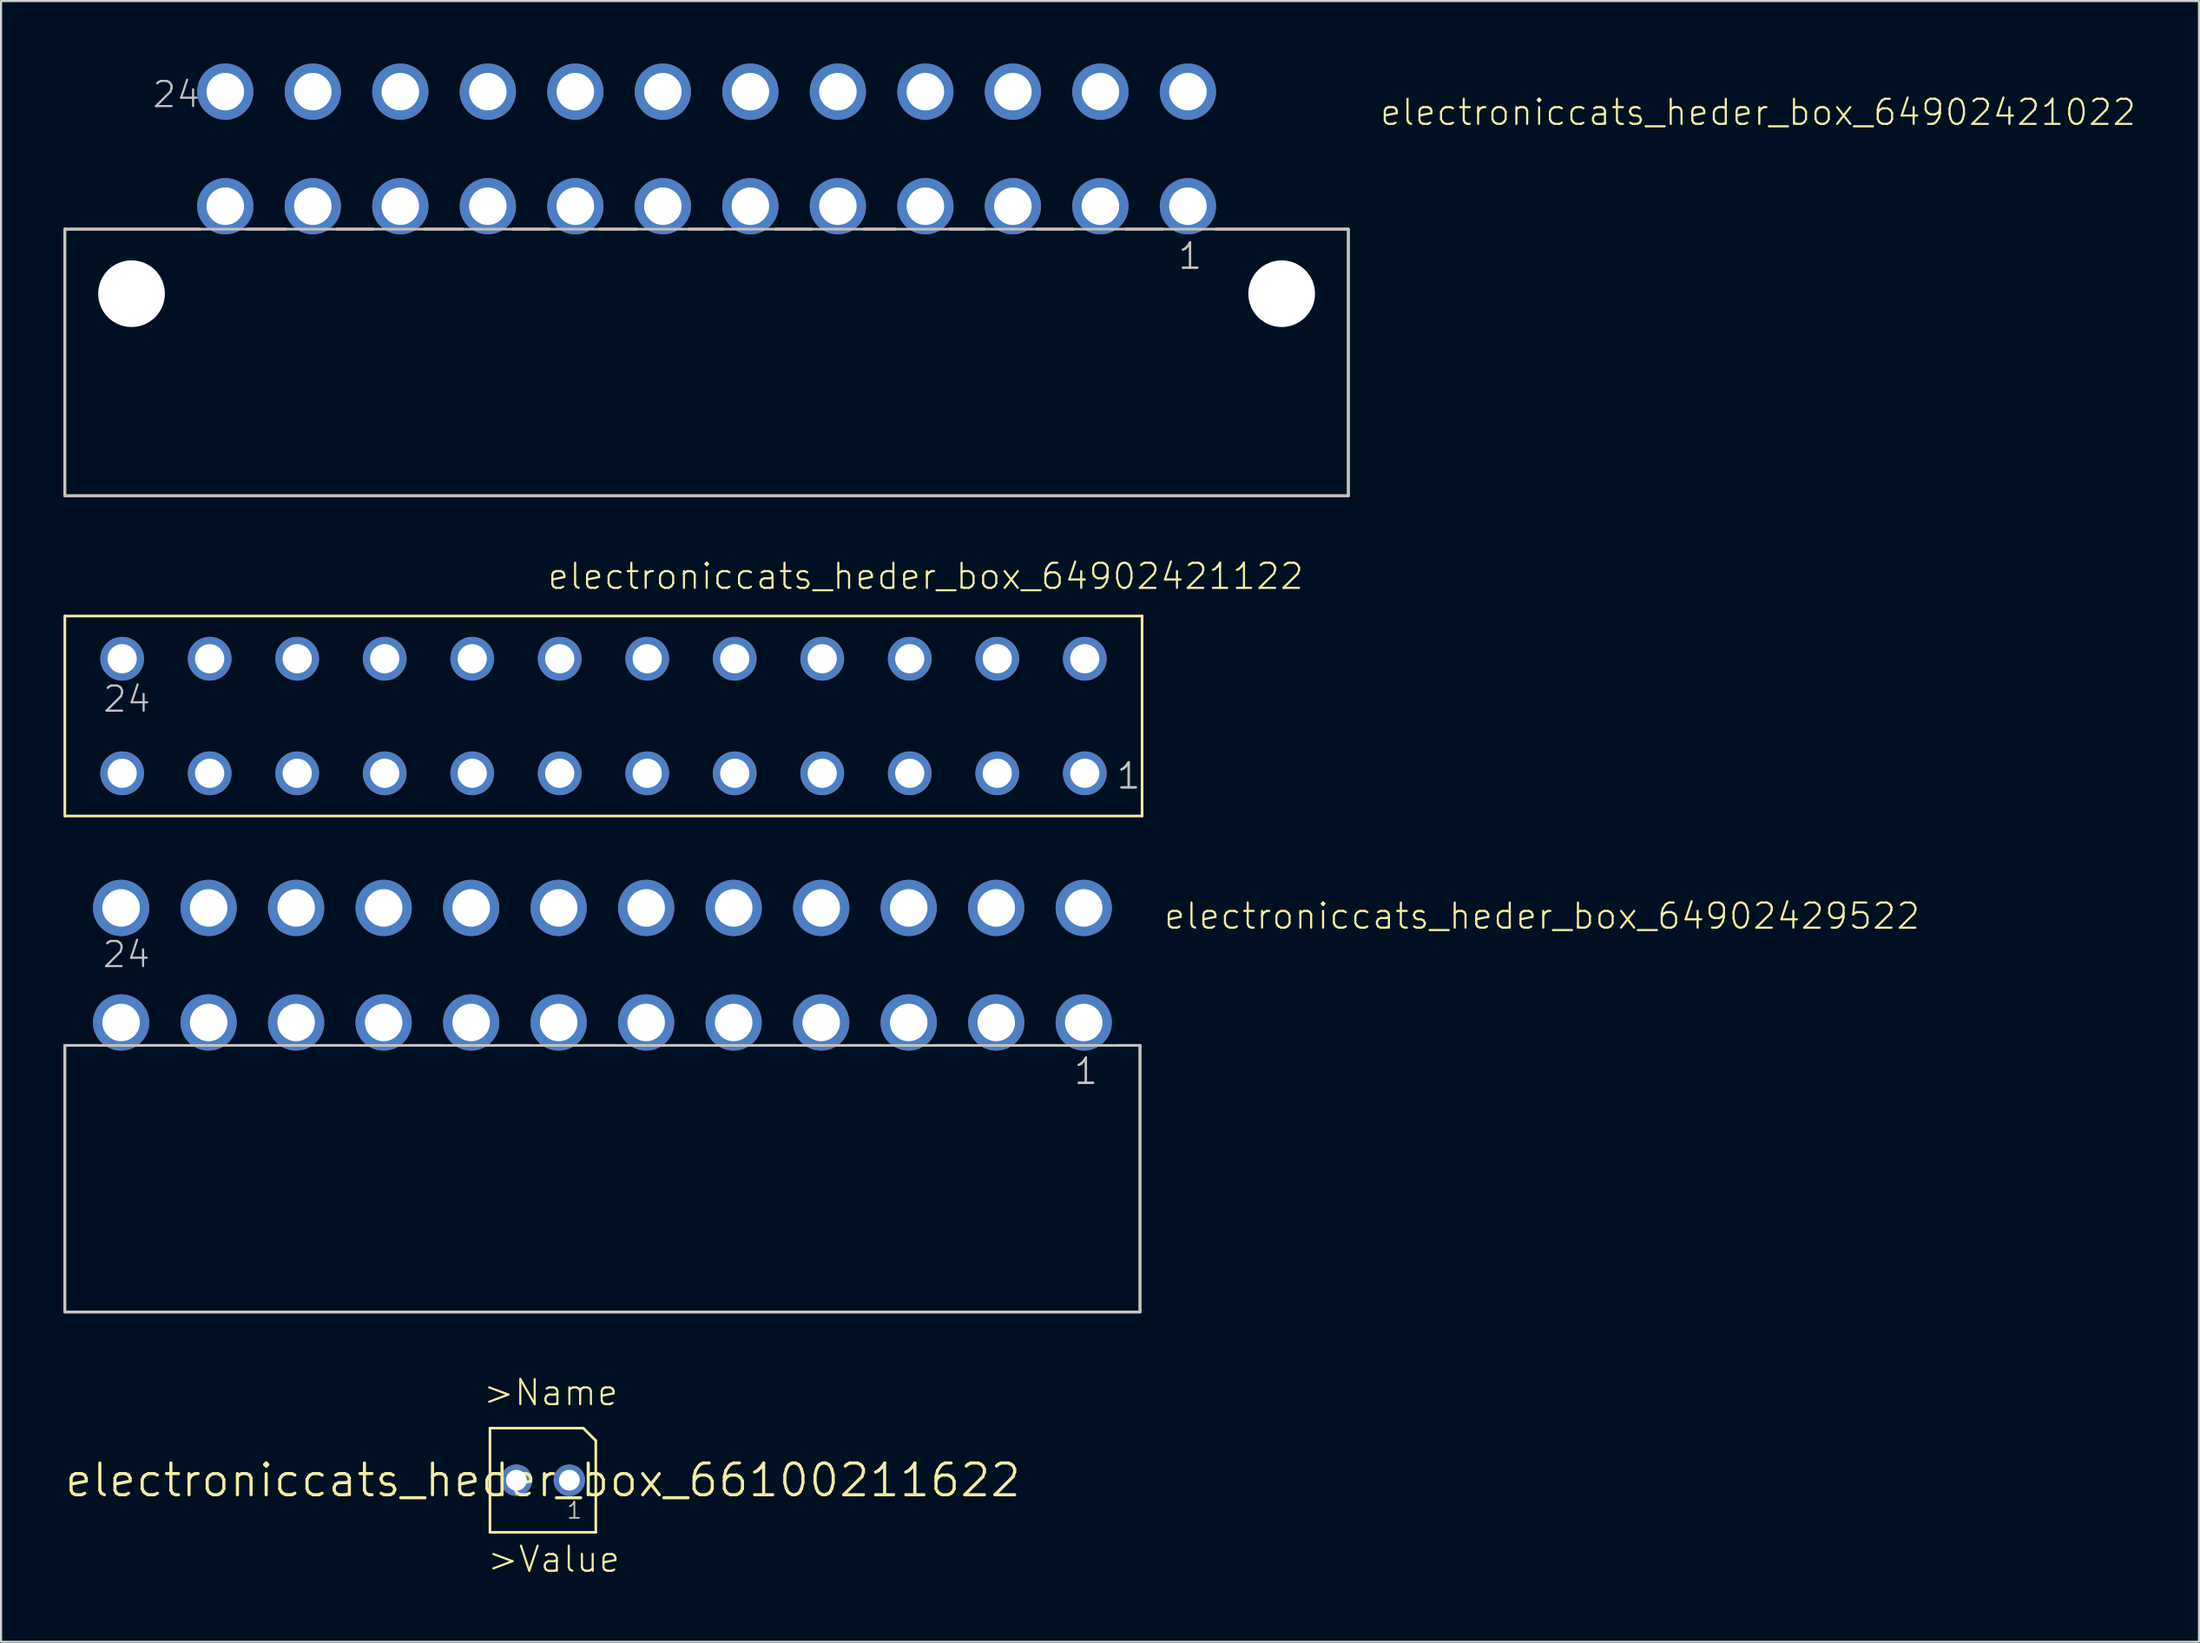
<source format=kicad_pcb>
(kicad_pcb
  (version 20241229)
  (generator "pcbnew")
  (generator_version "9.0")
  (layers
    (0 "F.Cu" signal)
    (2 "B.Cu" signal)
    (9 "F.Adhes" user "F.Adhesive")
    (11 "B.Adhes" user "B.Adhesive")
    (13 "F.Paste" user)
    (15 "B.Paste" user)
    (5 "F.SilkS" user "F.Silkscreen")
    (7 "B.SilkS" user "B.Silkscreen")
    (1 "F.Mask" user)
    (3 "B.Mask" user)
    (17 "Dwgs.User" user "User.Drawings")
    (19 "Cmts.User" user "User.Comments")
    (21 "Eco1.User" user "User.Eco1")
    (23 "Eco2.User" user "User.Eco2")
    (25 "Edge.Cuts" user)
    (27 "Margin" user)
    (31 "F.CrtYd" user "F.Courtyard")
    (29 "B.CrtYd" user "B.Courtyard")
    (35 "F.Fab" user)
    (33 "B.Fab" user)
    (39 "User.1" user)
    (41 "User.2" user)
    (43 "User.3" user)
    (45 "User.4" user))
  (footprint "electroniccats_heder_box_64902421122"
    (layer "F.Cu")
    (at 25.913 31.325)
    (property "Reference" "electroniccats_heder_box_64902421122" (at -2.75 -6 0) (layer "F.SilkS") (effects (font (size 1.206 1.206) (thickness 0.102)) (justify left bottom)))
    (attr through_hole)
    (fp_line (start -25.85 -4.8) (end 25.85 -4.8) (stroke (width 0.127) (type solid)) (layer "F.SilkS"))
    (fp_line (start -25.85 4.8) (end -25.85 -4.8) (stroke (width 0.127) (type solid)) (layer "F.SilkS"))
    (fp_line (start 25.85 -4.8) (end 25.85 4.8) (stroke (width 0.127) (type solid)) (layer "F.SilkS"))
    (fp_line (start 25.85 4.8) (end -25.85 4.8) (stroke (width 0.127) (type solid)) (layer "F.SilkS"))
    (fp_text user "1" (at 24.565 3.575 0) (layer "F.SilkS") (effects (font (size 1.206 1.206) (thickness 0.102)) (justify left bottom)))
    (fp_text user "24" (at -24.09 -0.105 0) (layer "Dwgs.User") (effects (font (size 1.206 1.206) (thickness 0.102)) (justify left bottom)))
    (fp_text user "1" (at 24.565 3.575 0) (layer "Dwgs.User") (effects (font (size 1.206 1.206) (thickness 0.102)) (justify left bottom)))
    (pad "1" thru_hole circle (at 23.1 2.75) (size 2.1 2.1) (drill 1.4) (layers "*.Cu" "*.Mask"))
    (pad "2" thru_hole circle (at 18.9 2.75) (size 2.1 2.1) (drill 1.4) (layers "*.Cu" "*.Mask"))
    (pad "3" thru_hole circle (at 14.7 2.75) (size 2.1 2.1) (drill 1.4) (layers "*.Cu" "*.Mask"))
    (pad "4" thru_hole circle (at 10.5 2.75) (size 2.1 2.1) (drill 1.4) (layers "*.Cu" "*.Mask"))
    (pad "5" thru_hole circle (at 6.3 2.75) (size 2.1 2.1) (drill 1.4) (layers "*.Cu" "*.Mask"))
    (pad "6" thru_hole circle (at 2.1 2.75) (size 2.1 2.1) (drill 1.4) (layers "*.Cu" "*.Mask"))
    (pad "7" thru_hole circle (at -2.1 2.75) (size 2.1 2.1) (drill 1.4) (layers "*.Cu" "*.Mask"))
    (pad "8" thru_hole circle (at -6.3 2.75) (size 2.1 2.1) (drill 1.4) (layers "*.Cu" "*.Mask"))
    (pad "9" thru_hole circle (at -10.5 2.75) (size 2.1 2.1) (drill 1.4) (layers "*.Cu" "*.Mask"))
    (pad "10" thru_hole circle (at -14.7 2.75) (size 2.1 2.1) (drill 1.4) (layers "*.Cu" "*.Mask"))
    (pad "11" thru_hole circle (at -18.9 2.75) (size 2.1 2.1) (drill 1.4) (layers "*.Cu" "*.Mask"))
    (pad "12" thru_hole circle (at -23.1 2.75) (size 2.1 2.1) (drill 1.4) (layers "*.Cu" "*.Mask"))
    (pad "13" thru_hole circle (at 23.1 -2.75) (size 2.1 2.1) (drill 1.4) (layers "*.Cu" "*.Mask"))
    (pad "14" thru_hole circle (at 18.9 -2.75) (size 2.1 2.1) (drill 1.4) (layers "*.Cu" "*.Mask"))
    (pad "15" thru_hole circle (at 14.7 -2.75) (size 2.1 2.1) (drill 1.4) (layers "*.Cu" "*.Mask"))
    (pad "16" thru_hole circle (at 10.5 -2.75) (size 2.1 2.1) (drill 1.4) (layers "*.Cu" "*.Mask"))
    (pad "17" thru_hole circle (at 6.3 -2.75) (size 2.1 2.1) (drill 1.4) (layers "*.Cu" "*.Mask"))
    (pad "18" thru_hole circle (at 2.1 -2.75) (size 2.1 2.1) (drill 1.4) (layers "*.Cu" "*.Mask"))
    (pad "19" thru_hole circle (at -2.1 -2.75) (size 2.1 2.1) (drill 1.4) (layers "*.Cu" "*.Mask"))
    (pad "20" thru_hole circle (at -6.3 -2.75) (size 2.1 2.1) (drill 1.4) (layers "*.Cu" "*.Mask"))
    (pad "21" thru_hole circle (at -10.5 -2.75) (size 2.1 2.1) (drill 1.4) (layers "*.Cu" "*.Mask"))
    (pad "22" thru_hole circle (at -14.7 -2.75) (size 2.1 2.1) (drill 1.4) (layers "*.Cu" "*.Mask"))
    (pad "23" thru_hole circle (at -18.9 -2.75) (size 2.1 2.1) (drill 1.4) (layers "*.Cu" "*.Mask"))
    (pad "24" thru_hole circle (at -23.1 -2.75) (size 2.1 2.1) (drill 1.4) (layers "*.Cu" "*.Mask")))
  (footprint "electroniccats_heder_box_64902421022"
    (layer "F.Cu")
    (at 30.863 11.05)
    (property "Reference" "electroniccats_heder_box_64902421022" (at 32.252 -8 0) (layer "F.SilkS") (effects (font (size 1.206 1.206) (thickness 0.102)) (justify left bottom)))
    (attr through_hole)
    (fp_line (start -30.8 -3.1) (end -24.3 -3.1) (stroke (width 0.127) (type solid)) (layer "F.SilkS"))
    (fp_line (start -30.8 9.7) (end -30.8 -3.1) (stroke (width 0.127) (type solid)) (layer "F.SilkS"))
    (fp_line (start -22.05 -3.1) (end -20.2 -3.1) (stroke (width 0.127) (type solid)) (layer "F.SilkS"))
    (fp_line (start -17.75 -3.1) (end -16 -3.1) (stroke (width 0.127) (type solid)) (layer "F.SilkS"))
    (fp_line (start -13.55 -3.1) (end -11.7 -3.1) (stroke (width 0.127) (type solid)) (layer "F.SilkS"))
    (fp_line (start -9.3 -3.1) (end -7.55 -3.1) (stroke (width 0.127) (type solid)) (layer "F.SilkS"))
    (fp_line (start -5.15 -3.1) (end -3.35 -3.1) (stroke (width 0.127) (type solid)) (layer "F.SilkS"))
    (fp_line (start -0.85 -3.1) (end 0.8 -3.1) (stroke (width 0.127) (type solid)) (layer "F.SilkS"))
    (fp_line (start 3.3 -3.1) (end 5.05 -3.1) (stroke (width 0.127) (type solid)) (layer "F.SilkS"))
    (fp_line (start 7.55 -3.1) (end 9.05 -3.1) (stroke (width 0.127) (type solid)) (layer "F.SilkS"))
    (fp_line (start 11.65 -3.1) (end 13.35 -3.1) (stroke (width 0.127) (type solid)) (layer "F.SilkS"))
    (fp_line (start 15.85 -3.1) (end 17.6 -3.1) (stroke (width 0.127) (type solid)) (layer "F.SilkS"))
    (fp_line (start 20.1 -3.1) (end 21.9 -3.1) (stroke (width 0.127) (type solid)) (layer "F.SilkS"))
    (fp_line (start 24.45 -3.1) (end 30.75 -3.1) (stroke (width 0.127) (type solid)) (layer "F.SilkS"))
    (fp_line (start 30.8 -3.1) (end 30.8 9.7) (stroke (width 0.127) (type solid)) (layer "F.SilkS"))
    (fp_line (start 30.8 9.7) (end -30.8 9.7) (stroke (width 0.127) (type solid)) (layer "F.SilkS"))
    (fp_line (start -30.8 -3.1) (end 30.8 -3.1) (stroke (width 0.127) (type solid)) (layer "Dwgs.User"))
    (fp_line (start -30.8 9.7) (end -30.8 -3.1) (stroke (width 0.127) (type solid)) (layer "Dwgs.User"))
    (fp_line (start 30.8 -3.1) (end 30.8 9.7) (stroke (width 0.127) (type solid)) (layer "Dwgs.User"))
    (fp_line (start 30.8 9.7) (end -30.8 9.7) (stroke (width 0.127) (type solid)) (layer "Dwgs.User"))
    (fp_text user "1" (at 22.565 -1.1 0) (layer "F.SilkS") (effects (font (size 1.206 1.206) (thickness 0.102)) (justify left bottom)))
    (fp_text user "1" (at 22.565 -1.1 0) (layer "Dwgs.User") (effects (font (size 1.206 1.206) (thickness 0.102)) (justify left bottom)))
    (fp_text user "24" (at -26.665 -8.855 0) (layer "Dwgs.User") (effects (font (size 1.206 1.206) (thickness 0.102)) (justify left bottom)))
    (pad "" np_thru_hole circle (at -27.6 0) (size 3.2 3.2) (drill 3.2) (layers "*.Cu"))
    (pad "" np_thru_hole circle (at 27.6 0) (size 3.2 3.2) (drill 3.2) (layers "*.Cu"))
    (pad "1" thru_hole circle (at 23.1 -4.2) (size 2.7 2.7) (drill 1.8) (layers "*.Cu" "*.Mask"))
    (pad "2" thru_hole circle (at 18.9 -4.2) (size 2.7 2.7) (drill 1.8) (layers "*.Cu" "*.Mask"))
    (pad "3" thru_hole circle (at 14.7 -4.2) (size 2.7 2.7) (drill 1.8) (layers "*.Cu" "*.Mask"))
    (pad "4" thru_hole circle (at 10.5 -4.2) (size 2.7 2.7) (drill 1.8) (layers "*.Cu" "*.Mask"))
    (pad "5" thru_hole circle (at 6.3 -4.2) (size 2.7 2.7) (drill 1.8) (layers "*.Cu" "*.Mask"))
    (pad "6" thru_hole circle (at 2.1 -4.2) (size 2.7 2.7) (drill 1.8) (layers "*.Cu" "*.Mask"))
    (pad "7" thru_hole circle (at -2.1 -4.2) (size 2.7 2.7) (drill 1.8) (layers "*.Cu" "*.Mask"))
    (pad "8" thru_hole circle (at -6.3 -4.2) (size 2.7 2.7) (drill 1.8) (layers "*.Cu" "*.Mask"))
    (pad "9" thru_hole circle (at -10.5 -4.2) (size 2.7 2.7) (drill 1.8) (layers "*.Cu" "*.Mask"))
    (pad "10" thru_hole circle (at -14.7 -4.2) (size 2.7 2.7) (drill 1.8) (layers "*.Cu" "*.Mask"))
    (pad "11" thru_hole circle (at -18.9 -4.2) (size 2.7 2.7) (drill 1.8) (layers "*.Cu" "*.Mask"))
    (pad "12" thru_hole circle (at -23.1 -4.2) (size 2.7 2.7) (drill 1.8) (layers "*.Cu" "*.Mask"))
    (pad "13" thru_hole circle (at 23.1 -9.7) (size 2.7 2.7) (drill 1.8) (layers "*.Cu" "*.Mask"))
    (pad "14" thru_hole circle (at 18.9 -9.7) (size 2.7 2.7) (drill 1.8) (layers "*.Cu" "*.Mask"))
    (pad "15" thru_hole circle (at 14.7 -9.7) (size 2.7 2.7) (drill 1.8) (layers "*.Cu" "*.Mask"))
    (pad "16" thru_hole circle (at 10.5 -9.7) (size 2.7 2.7) (drill 1.8) (layers "*.Cu" "*.Mask"))
    (pad "17" thru_hole circle (at 6.3 -9.7) (size 2.7 2.7) (drill 1.8) (layers "*.Cu" "*.Mask"))
    (pad "18" thru_hole circle (at 2.1 -9.7) (size 2.7 2.7) (drill 1.8) (layers "*.Cu" "*.Mask"))
    (pad "19" thru_hole circle (at -2.1 -9.7) (size 2.7 2.7) (drill 1.8) (layers "*.Cu" "*.Mask"))
    (pad "20" thru_hole circle (at -6.3 -9.7) (size 2.7 2.7) (drill 1.8) (layers "*.Cu" "*.Mask"))
    (pad "21" thru_hole circle (at -10.5 -9.7) (size 2.7 2.7) (drill 1.8) (layers "*.Cu" "*.Mask"))
    (pad "22" thru_hole circle (at -14.7 -9.7) (size 2.7 2.7) (drill 1.8) (layers "*.Cu" "*.Mask"))
    (pad "23" thru_hole circle (at -18.9 -9.7) (size 2.7 2.7) (drill 1.8) (layers "*.Cu" "*.Mask"))
    (pad "24" thru_hole circle (at -23.1 -9.7) (size 2.7 2.7) (drill 1.8) (layers "*.Cu" "*.Mask")))
  (footprint "electroniccats_heder_box_66100211622"
    (layer "F.Cu")
    (at 23.005 68.013)
    (property "Reference" "electroniccats_heder_box_66100211622" (at 0 0 0) (layer "F.SilkS") (effects (font (size 1.524 1.524) (thickness 0.15))))
    (attr through_hole)
    (fp_line (start -2.54 -2.5) (end -2.54 2.5) (stroke (width 0.127) (type solid)) (layer "F.SilkS"))
    (fp_line (start -2.54 -2.5) (end 1.94 -2.5) (stroke (width 0.127) (type solid)) (layer "F.SilkS"))
    (fp_line (start -2.54 2.5) (end 2.54 2.5) (stroke (width 0.127) (type solid)) (layer "F.SilkS"))
    (fp_line (start 1.94 -2.5) (end 2.54 -1.9) (stroke (width 0.127) (type solid)) (layer "F.SilkS"))
    (fp_line (start 2.54 -1.9) (end 2.54 2.5) (stroke (width 0.127) (type solid)) (layer "F.SilkS"))
    (fp_text user ">Value" (at -2.73 4.5 0) (layer "F.SilkS") (effects (font (size 1.206 1.206) (thickness 0.102)) (justify left bottom)))
    (fp_text user ">Name" (at -2.93 -3.5 0) (layer "F.SilkS") (effects (font (size 1.206 1.206) (thickness 0.102)) (justify left bottom)))
    (fp_text user "1" (at 1.1 1.9 0) (layer "F.SilkS") (effects (font (size 0.772 0.772) (thickness 0.065)) (justify left bottom)))
    (fp_text user "1" (at 1.1 1.9 0) (layer "Dwgs.User") (effects (font (size 0.772 0.772) (thickness 0.065)) (justify left bottom)))
    (pad "1" thru_hole circle (at 1.27 0 180) (size 1.508 1.508) (drill 1) (layers "*.Cu" "*.Mask"))
    (pad "2" thru_hole circle (at -1.27 0 180) (size 1.508 1.508) (drill 1) (layers "*.Cu" "*.Mask")))
  (footprint "electroniccats_heder_box_64902429522"
    (layer "F.Cu")
    (at 25.863 43.288)
    (property "Reference" "electroniccats_heder_box_64902429522" (at 26.883 -1.65 0) (layer "F.SilkS") (effects (font (size 1.206 1.206) (thickness 0.102)) (justify left bottom)))
    (attr through_hole)
    (fp_line (start -25.8 3.85) (end -24.25 3.85) (stroke (width 0.127) (type solid)) (layer "F.SilkS"))
    (fp_line (start -25.8 16.65) (end -25.8 3.85) (stroke (width 0.127) (type solid)) (layer "F.SilkS"))
    (fp_line (start -21.95 3.85) (end -20.1 3.85) (stroke (width 0.127) (type solid)) (layer "F.SilkS"))
    (fp_line (start -17.7 3.85) (end -15.9 3.85) (stroke (width 0.127) (type solid)) (layer "F.SilkS"))
    (fp_line (start -13.5 3.85) (end -11.75 3.85) (stroke (width 0.127) (type solid)) (layer "F.SilkS"))
    (fp_line (start -9.3 3.85) (end -7.6 3.85) (stroke (width 0.127) (type solid)) (layer "F.SilkS"))
    (fp_line (start -5.05 3.85) (end -3.4 3.85) (stroke (width 0.127) (type solid)) (layer "F.SilkS"))
    (fp_line (start -0.9 3.85) (end 0.75 3.85) (stroke (width 0.127) (type solid)) (layer "F.SilkS"))
    (fp_line (start 3.3 3.85) (end 4.9 3.85) (stroke (width 0.127) (type solid)) (layer "F.SilkS"))
    (fp_line (start 7.6 3.85) (end 9.3 3.85) (stroke (width 0.127) (type solid)) (layer "F.SilkS"))
    (fp_line (start 11.7 3.85) (end 13.5 3.85) (stroke (width 0.127) (type solid)) (layer "F.SilkS"))
    (fp_line (start 15.95 3.85) (end 17.65 3.85) (stroke (width 0.127) (type solid)) (layer "F.SilkS"))
    (fp_line (start 20.25 3.85) (end 21.85 3.85) (stroke (width 0.127) (type solid)) (layer "F.SilkS"))
    (fp_line (start 24.6 3.85) (end 25.8 3.85) (stroke (width 0.127) (type solid)) (layer "F.SilkS"))
    (fp_line (start 25.8 3.85) (end 25.8 16.65) (stroke (width 0.127) (type solid)) (layer "F.SilkS"))
    (fp_line (start 25.8 16.65) (end -25.8 16.65) (stroke (width 0.127) (type solid)) (layer "F.SilkS"))
    (fp_line (start -25.8 3.85) (end 25.8 3.85) (stroke (width 0.127) (type solid)) (layer "Dwgs.User"))
    (fp_line (start -25.8 16.65) (end -25.8 3.85) (stroke (width 0.127) (type solid)) (layer "Dwgs.User"))
    (fp_line (start 25.8 3.85) (end 25.8 16.65) (stroke (width 0.127) (type solid)) (layer "Dwgs.User"))
    (fp_line (start 25.8 16.65) (end -25.8 16.65) (stroke (width 0.127) (type solid)) (layer "Dwgs.User"))
    (fp_text user "1" (at 22.565 5.8 0) (layer "F.SilkS") (effects (font (size 1.206 1.206) (thickness 0.102)) (justify left bottom)))
    (fp_text user "1" (at 22.565 5.8 0) (layer "Dwgs.User") (effects (font (size 1.206 1.206) (thickness 0.102)) (justify left bottom)))
    (fp_text user "24" (at -24.065 0.195 0) (layer "Dwgs.User") (effects (font (size 1.206 1.206) (thickness 0.102)) (justify left bottom)))
    (pad "1" thru_hole circle (at 23.1 2.75) (size 2.7 2.7) (drill 1.8) (layers "*.Cu" "*.Mask"))
    (pad "2" thru_hole circle (at 18.9 2.75) (size 2.7 2.7) (drill 1.8) (layers "*.Cu" "*.Mask"))
    (pad "3" thru_hole circle (at 14.7 2.75) (size 2.7 2.7) (drill 1.8) (layers "*.Cu" "*.Mask"))
    (pad "4" thru_hole circle (at 10.5 2.75) (size 2.7 2.7) (drill 1.8) (layers "*.Cu" "*.Mask"))
    (pad "5" thru_hole circle (at 6.3 2.75) (size 2.7 2.7) (drill 1.8) (layers "*.Cu" "*.Mask"))
    (pad "6" thru_hole circle (at 2.1 2.75) (size 2.7 2.7) (drill 1.8) (layers "*.Cu" "*.Mask"))
    (pad "7" thru_hole circle (at -2.1 2.75) (size 2.7 2.7) (drill 1.8) (layers "*.Cu" "*.Mask"))
    (pad "8" thru_hole circle (at -6.3 2.75) (size 2.7 2.7) (drill 1.8) (layers "*.Cu" "*.Mask"))
    (pad "9" thru_hole circle (at -10.5 2.75) (size 2.7 2.7) (drill 1.8) (layers "*.Cu" "*.Mask"))
    (pad "10" thru_hole circle (at -14.7 2.75) (size 2.7 2.7) (drill 1.8) (layers "*.Cu" "*.Mask"))
    (pad "11" thru_hole circle (at -18.9 2.75) (size 2.7 2.7) (drill 1.8) (layers "*.Cu" "*.Mask"))
    (pad "12" thru_hole circle (at -23.1 2.75) (size 2.7 2.7) (drill 1.8) (layers "*.Cu" "*.Mask"))
    (pad "13" thru_hole circle (at 23.1 -2.75) (size 2.7 2.7) (drill 1.8) (layers "*.Cu" "*.Mask"))
    (pad "14" thru_hole circle (at 18.9 -2.75) (size 2.7 2.7) (drill 1.8) (layers "*.Cu" "*.Mask"))
    (pad "15" thru_hole circle (at 14.7 -2.75) (size 2.7 2.7) (drill 1.8) (layers "*.Cu" "*.Mask"))
    (pad "16" thru_hole circle (at 10.5 -2.75) (size 2.7 2.7) (drill 1.8) (layers "*.Cu" "*.Mask"))
    (pad "17" thru_hole circle (at 6.3 -2.75) (size 2.7 2.7) (drill 1.8) (layers "*.Cu" "*.Mask"))
    (pad "18" thru_hole circle (at 2.1 -2.75) (size 2.7 2.7) (drill 1.8) (layers "*.Cu" "*.Mask"))
    (pad "19" thru_hole circle (at -2.1 -2.75) (size 2.7 2.7) (drill 1.8) (layers "*.Cu" "*.Mask"))
    (pad "20" thru_hole circle (at -6.3 -2.75) (size 2.7 2.7) (drill 1.8) (layers "*.Cu" "*.Mask"))
    (pad "21" thru_hole circle (at -10.5 -2.75) (size 2.7 2.7) (drill 1.8) (layers "*.Cu" "*.Mask"))
    (pad "22" thru_hole circle (at -14.7 -2.75) (size 2.7 2.7) (drill 1.8) (layers "*.Cu" "*.Mask"))
    (pad "23" thru_hole circle (at -18.9 -2.75) (size 2.7 2.7) (drill 1.8) (layers "*.Cu" "*.Mask"))
    (pad "24" thru_hole circle (at -23.1 -2.75) (size 2.7 2.7) (drill 1.8) (layers "*.Cu" "*.Mask")))
  (gr_rect
    (start -3 -3)
    (end 102.489 75.77)
    (stroke (width 0.1) (type default))
    (fill no)
    (layer "Edge.Cuts")))
</source>
